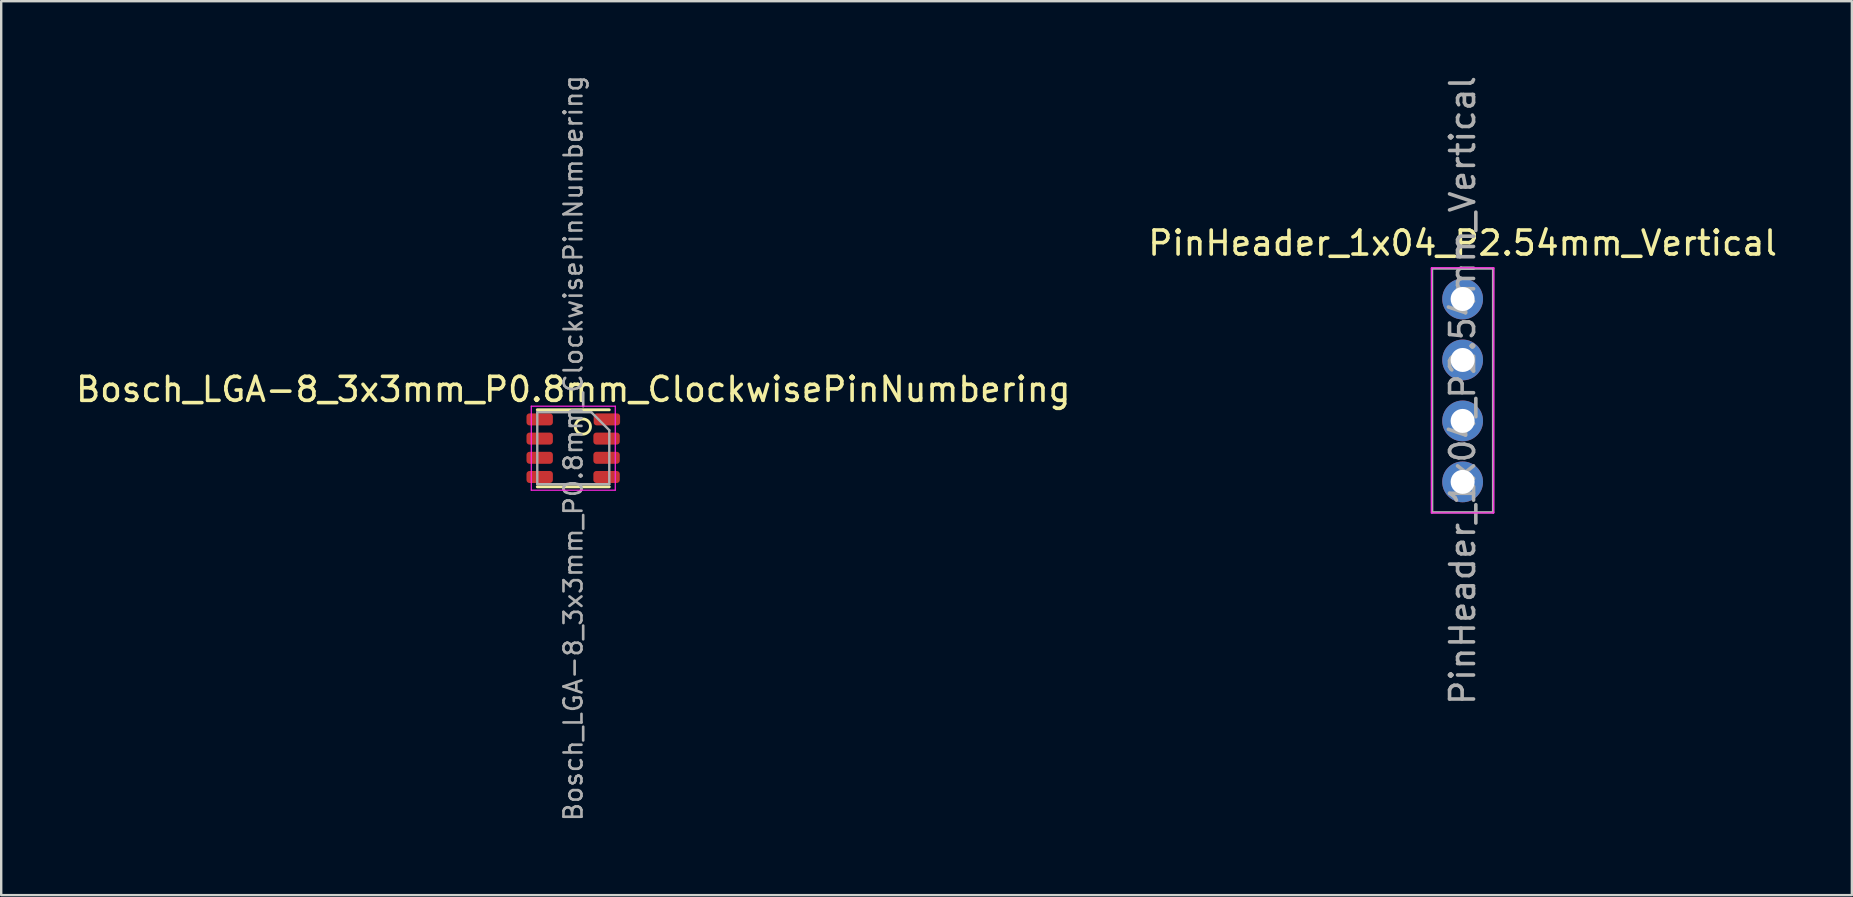
<source format=kicad_pcb>
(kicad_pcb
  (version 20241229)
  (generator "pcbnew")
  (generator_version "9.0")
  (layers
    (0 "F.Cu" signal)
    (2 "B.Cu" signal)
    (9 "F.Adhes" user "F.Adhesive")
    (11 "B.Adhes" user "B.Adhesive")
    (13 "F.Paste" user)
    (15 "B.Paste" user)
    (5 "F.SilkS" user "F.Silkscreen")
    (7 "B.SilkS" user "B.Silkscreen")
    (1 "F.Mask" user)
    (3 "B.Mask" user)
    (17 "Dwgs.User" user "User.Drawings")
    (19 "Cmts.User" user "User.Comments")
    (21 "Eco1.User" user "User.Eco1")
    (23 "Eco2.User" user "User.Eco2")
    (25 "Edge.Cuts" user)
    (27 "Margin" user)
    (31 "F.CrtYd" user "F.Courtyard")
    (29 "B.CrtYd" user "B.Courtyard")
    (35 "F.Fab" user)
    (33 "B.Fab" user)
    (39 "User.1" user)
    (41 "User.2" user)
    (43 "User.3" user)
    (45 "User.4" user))
  (footprint "Bosch_LGA-8_3x3mm_P0.8mm_ClockwisePinNumbering"
    (layer "F.Cu")
    (at 20.839 15.626)
    (property "Reference" "Bosch_LGA-8_3x3mm_P0.8mm_ClockwisePinNumbering" (at 0 -2.45 0) (layer "F.SilkS") (effects (font (size 1 1) (thickness 0.15))))
    (attr smd)
    (fp_line (start 1.5 -1.6) (end -1.5 -1.6) (stroke (width 0.12) (type solid)) (layer "F.SilkS"))
    (fp_line (start 1.5 1.61) (end -1.5 1.61) (stroke (width 0.12) (type solid)) (layer "F.SilkS"))
    (fp_circle (center 0.4 -0.9) (end 0.1 -0.8) (stroke (width 0.12) (type solid)) (fill no) (layer "F.SilkS"))
    (fp_line (start -1.75 -1.75) (end -1.75 1.75) (stroke (width 0.05) (type solid)) (layer "F.CrtYd"))
    (fp_line (start -1.75 1.75) (end 1.75 1.75) (stroke (width 0.05) (type solid)) (layer "F.CrtYd"))
    (fp_line (start 1.75 -1.75) (end -1.75 -1.75) (stroke (width 0.05) (type solid)) (layer "F.CrtYd"))
    (fp_line (start 1.75 1.75) (end 1.75 -1.75) (stroke (width 0.05) (type solid)) (layer "F.CrtYd"))
    (fp_line (start -1.5 -1.5) (end 0.75 -1.5) (stroke (width 0.1) (type solid)) (layer "F.Fab"))
    (fp_line (start -1.5 1.5) (end -1.5 -1.5) (stroke (width 0.1) (type solid)) (layer "F.Fab"))
    (fp_line (start 0.75 -1.5) (end 1.5 -0.75) (stroke (width 0.1) (type solid)) (layer "F.Fab"))
    (fp_line (start 1.5 -0.75) (end 1.5 1.5) (stroke (width 0.1) (type solid)) (layer "F.Fab"))
    (fp_line (start 1.5 1.5) (end -1.5 1.5) (stroke (width 0.1) (type solid)) (layer "F.Fab"))
    (fp_text user "${REFERENCE}" (at 0 0 270) (layer "F.Fab") (effects (font (size 0.75 0.75) (thickness 0.11))))
    (pad "1" smd roundrect (at 1.4 -1.2 270) (size 0.5 1.1) (layers "F.Cu" "F.Mask" "F.Paste") (roundrect_rratio 0.25))
    (pad "2" smd roundrect (at 1.387 -0.4 270) (size 0.5 1.1) (layers "F.Cu" "F.Mask" "F.Paste") (roundrect_rratio 0.25))
    (pad "3" smd roundrect (at 1.387 0.4 270) (size 0.5 1.1) (layers "F.Cu" "F.Mask" "F.Paste") (roundrect_rratio 0.25))
    (pad "4" smd roundrect (at 1.387 1.2 270) (size 0.5 1.1) (layers "F.Cu" "F.Mask" "F.Paste") (roundrect_rratio 0.25))
    (pad "5" smd roundrect (at -1.4 1.2 270) (size 0.5 1.1) (layers "F.Cu" "F.Mask" "F.Paste") (roundrect_rratio 0.25))
    (pad "6" smd roundrect (at -1.4 0.4 270) (size 0.5 1.1) (layers "F.Cu" "F.Mask" "F.Paste") (roundrect_rratio 0.25))
    (pad "7" smd roundrect (at -1.4 -0.4 270) (size 0.5 1.1) (layers "F.Cu" "F.Mask" "F.Paste") (roundrect_rratio 0.25))
    (pad "8" smd roundrect (at -1.4 -1.2 270) (size 0.5 1.1) (layers "F.Cu" "F.Mask" "F.Paste") (roundrect_rratio 0.25)))
  (footprint "PinHeader_1x04_P2.54mm_Vertical"
    (layer "F.Cu")
    (at 57.899 13.22)
    (property "Reference" "PinHeader_1x04_P2.54mm_Vertical" (at 0 -6.14 0) (layer "F.SilkS") (effects (font (size 1 1) (thickness 0.15))))
    (attr through_hole)
    (fp_line (start -1.305 5.105) (end 1.295 5.105) (stroke (width 0.05) (type solid)) (layer "F.CrtYd"))
    (fp_line (start -1.3 -5.11) (end -1.305 5.105) (stroke (width 0.05) (type solid)) (layer "F.CrtYd"))
    (fp_line (start 1.295 5.105) (end 1.3 -5.11) (stroke (width 0.05) (type solid)) (layer "F.CrtYd"))
    (fp_line (start 1.3 -5.11) (end -1.3 -5.11) (stroke (width 0.05) (type solid)) (layer "F.CrtYd"))
    (fp_line (start -1.275 -5.08) (end 1.27 -5.08) (stroke (width 0.1) (type solid)) (layer "F.Fab"))
    (fp_line (start -1.27 5.08) (end -1.275 -5.08) (stroke (width 0.1) (type solid)) (layer "F.Fab"))
    (fp_line (start 1.27 -5.08) (end 1.27 5.08) (stroke (width 0.1) (type solid)) (layer "F.Fab"))
    (fp_line (start 1.27 5.08) (end -1.27 5.08) (stroke (width 0.1) (type solid)) (layer "F.Fab"))
    (fp_text user "${REFERENCE}" (at 0 0 90) (layer "F.Fab") (effects (font (size 1 1) (thickness 0.15))))
    (pad "1" thru_hole oval (at 0 -3.81) (size 1.7 1.7) (drill 1) (layers "*.Cu" "*.Mask"))
    (pad "2" thru_hole oval (at 0 -1.27) (size 1.7 1.7) (drill 1) (layers "*.Cu" "*.Mask"))
    (pad "3" thru_hole oval (at 0 1.27) (size 1.7 1.7) (drill 1) (layers "*.Cu" "*.Mask"))
    (pad "4" thru_hole oval (at 0 3.81) (size 1.7 1.7) (drill 1) (layers "*.Cu" "*.Mask")))
  (gr_rect
    (start -3 -3)
    (end 74.119 34.251)
    (stroke (width 0.1) (type default))
    (fill no)
    (layer "Edge.Cuts")))
</source>
